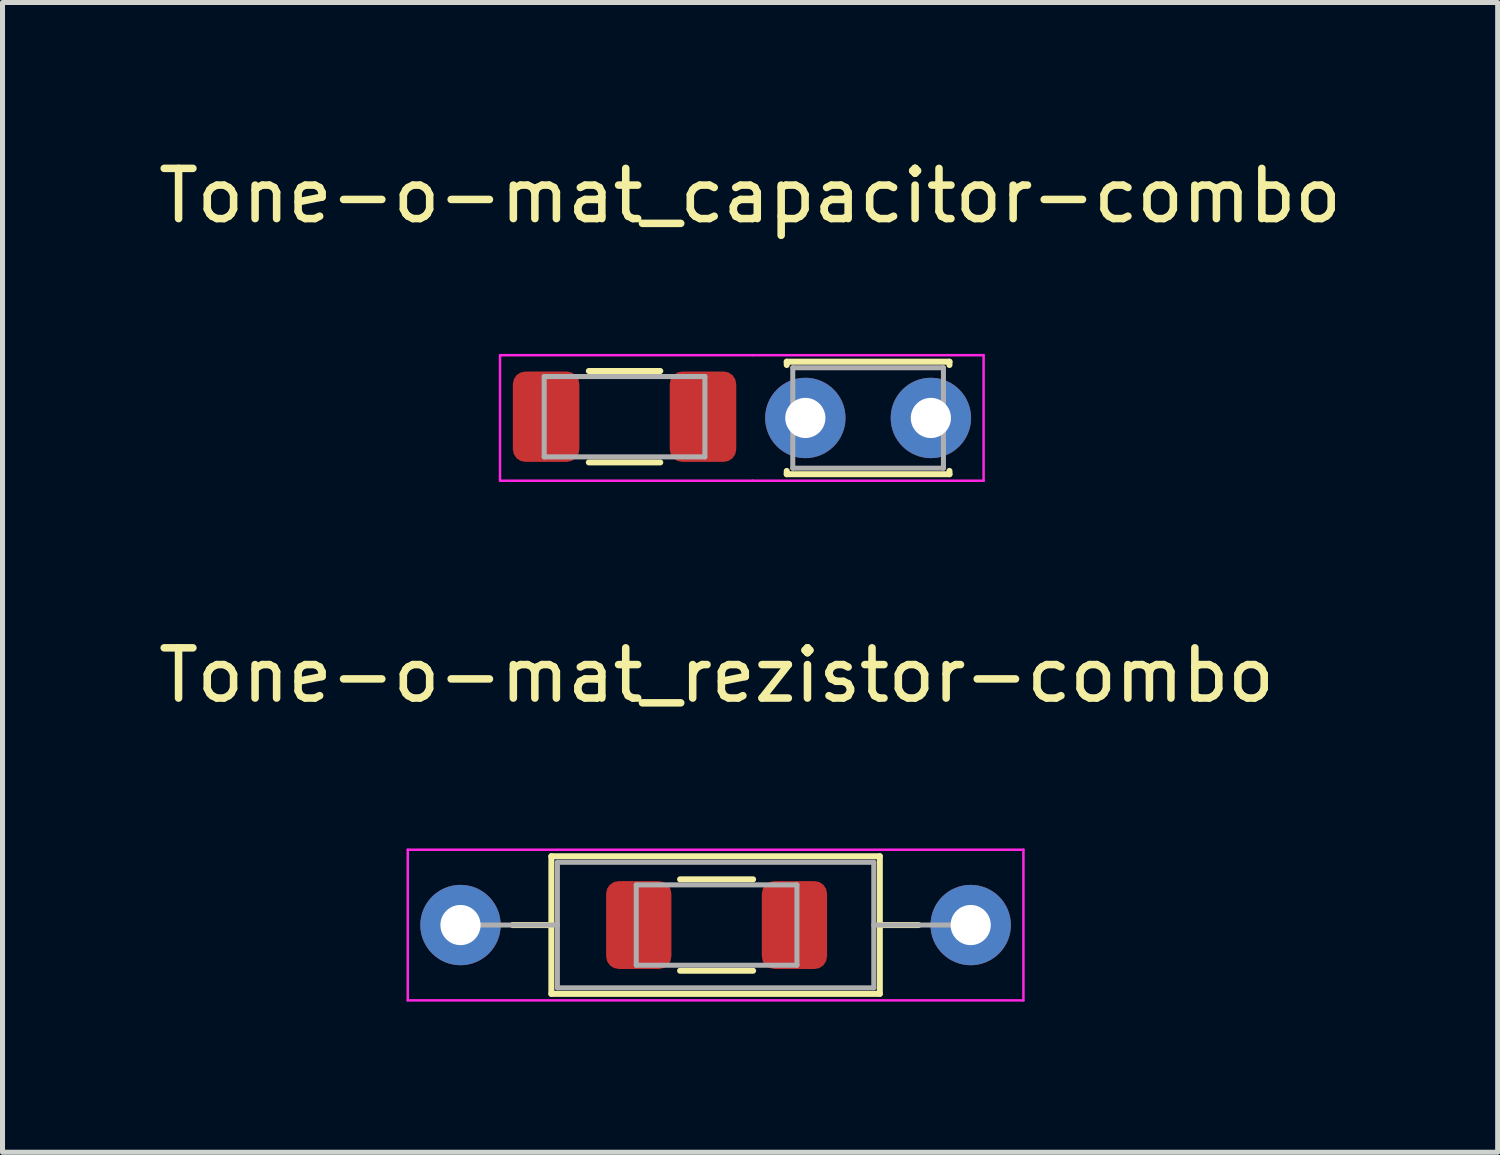
<source format=kicad_pcb>
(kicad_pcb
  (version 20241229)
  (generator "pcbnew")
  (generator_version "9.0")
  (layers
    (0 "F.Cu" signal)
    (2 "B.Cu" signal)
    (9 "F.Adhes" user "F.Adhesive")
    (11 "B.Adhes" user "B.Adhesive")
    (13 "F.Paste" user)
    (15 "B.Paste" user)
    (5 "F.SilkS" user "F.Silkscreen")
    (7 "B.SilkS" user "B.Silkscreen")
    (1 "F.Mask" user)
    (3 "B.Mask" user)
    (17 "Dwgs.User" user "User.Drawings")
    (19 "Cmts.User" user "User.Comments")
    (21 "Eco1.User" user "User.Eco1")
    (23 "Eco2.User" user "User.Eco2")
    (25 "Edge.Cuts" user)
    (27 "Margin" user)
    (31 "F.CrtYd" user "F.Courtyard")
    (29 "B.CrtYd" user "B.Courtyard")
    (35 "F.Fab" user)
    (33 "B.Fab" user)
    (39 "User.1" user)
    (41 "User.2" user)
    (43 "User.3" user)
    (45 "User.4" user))
  (footprint "Tone-o-mat_capacitor-combo"
    (layer "F.Cu")
    (at 11.887 1.348)
    (property "Reference" "Tone-o-mat_capacitor-combo" (at 0 -0.5 0) (unlocked yes) (layer "F.SilkS") (effects (font (size 1 1) (thickness 0.15))))
    (fp_line (start -3.211 2.99) (end -1.789 2.99) (stroke (width 0.12) (type solid)) (layer "F.SilkS"))
    (fp_line (start -3.211 4.81) (end -1.789 4.81) (stroke (width 0.12) (type solid)) (layer "F.SilkS"))
    (fp_line (start 0.73 2.805) (end 0.73 2.87) (stroke (width 0.12) (type solid)) (layer "F.SilkS"))
    (fp_line (start 0.73 2.805) (end 3.97 2.805) (stroke (width 0.12) (type solid)) (layer "F.SilkS"))
    (fp_line (start 0.73 4.98) (end 0.73 5.045) (stroke (width 0.12) (type solid)) (layer "F.SilkS"))
    (fp_line (start 0.73 5.045) (end 3.97 5.045) (stroke (width 0.12) (type solid)) (layer "F.SilkS"))
    (fp_line (start 3.97 2.805) (end 3.97 2.87) (stroke (width 0.12) (type solid)) (layer "F.SilkS"))
    (fp_line (start 3.97 4.98) (end 3.97 5.045) (stroke (width 0.12) (type solid)) (layer "F.SilkS"))
    (fp_line (start -4.98 5.175) (end -4.98 2.675) (stroke (width 0.05) (type solid)) (layer "F.CrtYd"))
    (fp_line (start -4.975 2.675) (end 0.05 2.675) (stroke (width 0.05) (type solid)) (layer "F.CrtYd"))
    (fp_line (start 0.05 5.175) (end -4.975 5.175) (stroke (width 0.05) (type solid)) (layer "F.CrtYd"))
    (fp_line (start 0.05 5.175) (end 4.65 5.175) (stroke (width 0.05) (type solid)) (layer "F.CrtYd"))
    (fp_line (start 4.65 2.675) (end 0.05 2.675) (stroke (width 0.05) (type solid)) (layer "F.CrtYd"))
    (fp_line (start 4.65 5.175) (end 4.65 2.675) (stroke (width 0.05) (type solid)) (layer "F.CrtYd"))
    (fp_line (start -4.1 3.1) (end -0.9 3.1) (stroke (width 0.1) (type solid)) (layer "F.Fab"))
    (fp_line (start -4.1 4.7) (end -4.1 3.1) (stroke (width 0.1) (type solid)) (layer "F.Fab"))
    (fp_line (start -0.9 3.1) (end -0.9 4.7) (stroke (width 0.1) (type solid)) (layer "F.Fab"))
    (fp_line (start -0.9 4.7) (end -4.1 4.7) (stroke (width 0.1) (type solid)) (layer "F.Fab"))
    (fp_line (start 0.85 2.925) (end 0.85 4.925) (stroke (width 0.1) (type solid)) (layer "F.Fab"))
    (fp_line (start 0.85 4.925) (end 3.85 4.925) (stroke (width 0.1) (type solid)) (layer "F.Fab"))
    (fp_line (start 3.85 2.925) (end 0.85 2.925) (stroke (width 0.1) (type solid)) (layer "F.Fab"))
    (fp_line (start 3.85 4.925) (end 3.85 2.925) (stroke (width 0.1) (type solid)) (layer "F.Fab"))
    (pad "1" smd roundrect (at -4.062 3.9) (size 1.325 1.8) (layers "F.Cu" "F.Mask" "F.Paste") (roundrect_rratio 0.189))
    (pad "1" thru_hole circle (at 1.1 3.925) (size 1.6 1.6) (drill 0.8) (layers "*.Cu" "*.Mask"))
    (pad "2" smd roundrect (at -0.938 3.9) (size 1.325 1.8) (layers "F.Cu" "F.Mask" "F.Paste") (roundrect_rratio 0.189))
    (pad "2" thru_hole circle (at 3.6 3.925) (size 1.6 1.6) (drill 0.8) (layers "*.Cu" "*.Mask")))
  (footprint "Tone-o-mat_rezistor-combo"
    (layer "F.Cu")
    (at 11.22 10.896)
    (property "Reference" "Tone-o-mat_rezistor-combo" (at 0 -0.5 0) (unlocked yes) (layer "F.SilkS") (effects (font (size 1 1) (thickness 0.15))))
    (fp_line (start -4.06 4.475) (end -3.29 4.475) (stroke (width 0.12) (type solid)) (layer "F.SilkS"))
    (fp_line (start -3.29 3.105) (end -3.29 5.845) (stroke (width 0.12) (type solid)) (layer "F.SilkS"))
    (fp_line (start -3.29 5.845) (end 3.25 5.845) (stroke (width 0.12) (type solid)) (layer "F.SilkS"))
    (fp_line (start -0.727 3.565) (end 0.727 3.565) (stroke (width 0.12) (type solid)) (layer "F.SilkS"))
    (fp_line (start -0.727 5.385) (end 0.727 5.385) (stroke (width 0.12) (type solid)) (layer "F.SilkS"))
    (fp_line (start 3.25 3.105) (end -3.29 3.105) (stroke (width 0.12) (type solid)) (layer "F.SilkS"))
    (fp_line (start 3.25 5.845) (end 3.25 3.105) (stroke (width 0.12) (type solid)) (layer "F.SilkS"))
    (fp_line (start 4.02 4.475) (end 3.25 4.475) (stroke (width 0.12) (type solid)) (layer "F.SilkS"))
    (fp_line (start -6.15 2.975) (end -6.15 5.975) (stroke (width 0.05) (type solid)) (layer "F.CrtYd"))
    (fp_line (start -6.15 5.975) (end 6.11 5.975) (stroke (width 0.05) (type solid)) (layer "F.CrtYd"))
    (fp_line (start 6.11 2.975) (end -6.15 2.975) (stroke (width 0.05) (type solid)) (layer "F.CrtYd"))
    (fp_line (start 6.11 5.975) (end 6.11 2.975) (stroke (width 0.05) (type solid)) (layer "F.CrtYd"))
    (fp_line (start -5.1 4.475) (end -3.17 4.475) (stroke (width 0.1) (type solid)) (layer "F.Fab"))
    (fp_line (start -3.17 3.225) (end -3.17 5.725) (stroke (width 0.1) (type solid)) (layer "F.Fab"))
    (fp_line (start -3.17 5.725) (end 3.13 5.725) (stroke (width 0.1) (type solid)) (layer "F.Fab"))
    (fp_line (start -1.6 3.675) (end 1.6 3.675) (stroke (width 0.1) (type solid)) (layer "F.Fab"))
    (fp_line (start -1.6 5.275) (end -1.6 3.675) (stroke (width 0.1) (type solid)) (layer "F.Fab"))
    (fp_line (start 1.6 3.675) (end 1.6 5.275) (stroke (width 0.1) (type solid)) (layer "F.Fab"))
    (fp_line (start 1.6 5.275) (end -1.6 5.275) (stroke (width 0.1) (type solid)) (layer "F.Fab"))
    (fp_line (start 3.13 3.225) (end -3.17 3.225) (stroke (width 0.1) (type solid)) (layer "F.Fab"))
    (fp_line (start 3.13 5.725) (end 3.13 3.225) (stroke (width 0.1) (type solid)) (layer "F.Fab"))
    (fp_line (start 5.06 4.475) (end 3.13 4.475) (stroke (width 0.1) (type solid)) (layer "F.Fab"))
    (pad "1" thru_hole circle (at -5.1 4.475) (size 1.6 1.6) (drill 0.8) (layers "*.Cu" "*.Mask"))
    (pad "1" smd roundrect (at -1.55 4.475) (size 1.3 1.75) (layers "F.Cu" "F.Mask" "F.Paste") (roundrect_rratio 0.192))
    (pad "2" smd roundrect (at 1.55 4.475) (size 1.3 1.75) (layers "F.Cu" "F.Mask" "F.Paste") (roundrect_rratio 0.192))
    (pad "2" thru_hole oval (at 5.06 4.475) (size 1.6 1.6) (drill 0.8) (layers "*.Cu" "*.Mask")))
  (gr_rect
    (start -3 -3)
    (end 26.774 19.896)
    (stroke (width 0.1) (type default))
    (fill no)
    (layer "Edge.Cuts")))
</source>
